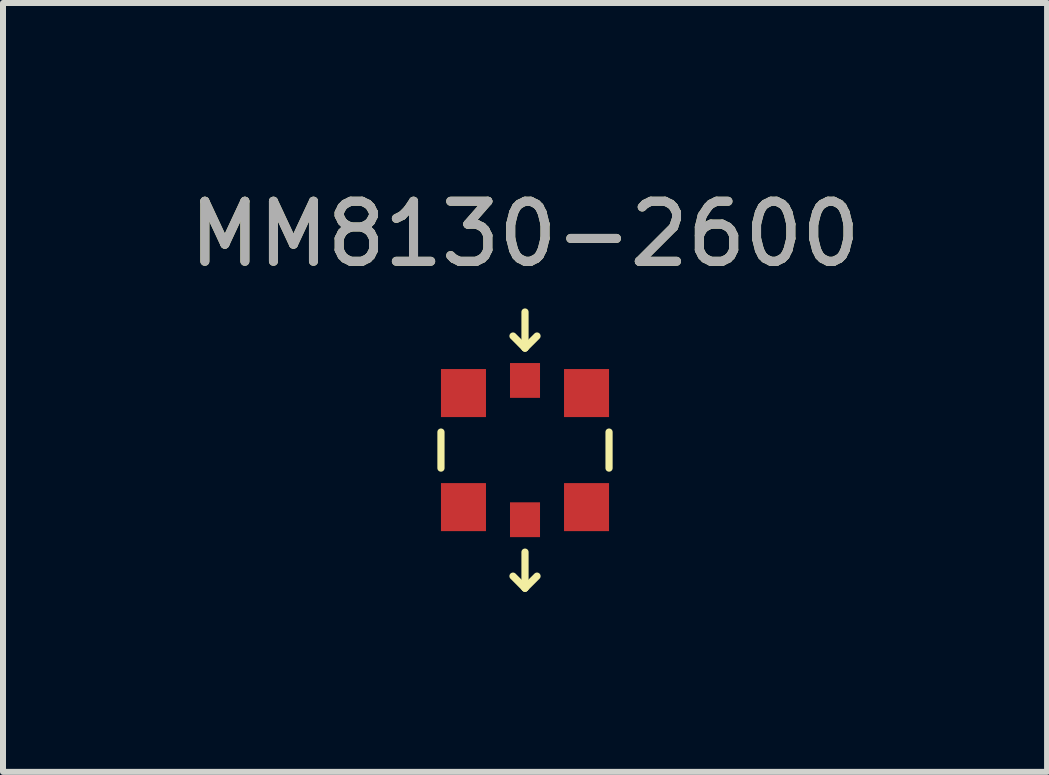
<source format=kicad_pcb>
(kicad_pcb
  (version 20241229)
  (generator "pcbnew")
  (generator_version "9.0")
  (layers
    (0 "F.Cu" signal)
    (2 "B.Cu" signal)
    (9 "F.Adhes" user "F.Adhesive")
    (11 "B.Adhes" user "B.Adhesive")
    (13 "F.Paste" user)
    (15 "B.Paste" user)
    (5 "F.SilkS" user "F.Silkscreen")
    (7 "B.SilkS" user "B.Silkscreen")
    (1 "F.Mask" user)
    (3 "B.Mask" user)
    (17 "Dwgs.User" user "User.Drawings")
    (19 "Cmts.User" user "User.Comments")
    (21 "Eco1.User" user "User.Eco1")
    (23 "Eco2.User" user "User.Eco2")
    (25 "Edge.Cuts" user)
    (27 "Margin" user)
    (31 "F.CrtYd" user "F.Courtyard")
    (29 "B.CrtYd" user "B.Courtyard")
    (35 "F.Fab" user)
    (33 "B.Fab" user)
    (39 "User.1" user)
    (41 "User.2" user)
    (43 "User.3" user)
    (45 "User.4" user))
  (footprint "MM8130-2600"
    (layer "F.Cu")
    (at 5.696 4.448)
    (property "Reference" "MM8130-2600" (at 0 -3.6 0) (unlocked yes) (layer "F.SilkS") (effects (font (size 1 1) (thickness 0.15))))
    (attr smd)
    (fp_line (start -1.4 -0.3) (end -1.4 0.3) (stroke (width 0.12) (type solid)) (layer "F.SilkS"))
    (fp_line (start 0 -2.3) (end 0 -1.7) (stroke (width 0.12) (type solid)) (layer "F.SilkS"))
    (fp_line (start 0 -1.7) (end -0.2 -1.9) (stroke (width 0.12) (type solid)) (layer "F.SilkS"))
    (fp_line (start 0 -1.7) (end 0.2 -1.9) (stroke (width 0.12) (type solid)) (layer "F.SilkS"))
    (fp_line (start 0 1.7) (end 0 2.3) (stroke (width 0.12) (type solid)) (layer "F.SilkS"))
    (fp_line (start 0 2.3) (end -0.2 2.1) (stroke (width 0.12) (type solid)) (layer "F.SilkS"))
    (fp_line (start 0 2.3) (end 0.2 2.1) (stroke (width 0.12) (type solid)) (layer "F.SilkS"))
    (fp_line (start 1.4 -0.3) (end 1.4 0.3) (stroke (width 0.12) (type solid)) (layer "F.SilkS"))
    (fp_text user "${REFERENCE}" (at 0 -3.6 0) (unlocked yes) (layer "F.Fab") (effects (font (size 1 1) (thickness 0.15))))
    (pad "A" smd rect (at 0 1.16) (size 0.5 0.58) (layers "F.Cu" "F.Mask" "F.Paste"))
    (pad "C" smd rect (at 0 -1.16) (size 0.5 0.58) (layers "F.Cu" "F.Mask" "F.Paste"))
    (pad "G" smd rect (at -1.025 -0.95) (size 0.75 0.8) (layers "F.Cu" "F.Mask" "F.Paste"))
    (pad "G" smd rect (at -1.025 0.95) (size 0.75 0.8) (layers "F.Cu" "F.Mask" "F.Paste"))
    (pad "G" smd rect (at 1.025 -0.95) (size 0.75 0.8) (layers "F.Cu" "F.Mask" "F.Paste"))
    (pad "G" smd rect (at 1.025 0.95) (size 0.75 0.8) (layers "F.Cu" "F.Mask" "F.Paste")))
  (gr_rect
    (start -3 -3)
    (end 14.393 9.808)
    (stroke (width 0.1) (type default))
    (fill no)
    (layer "Edge.Cuts")))
</source>
